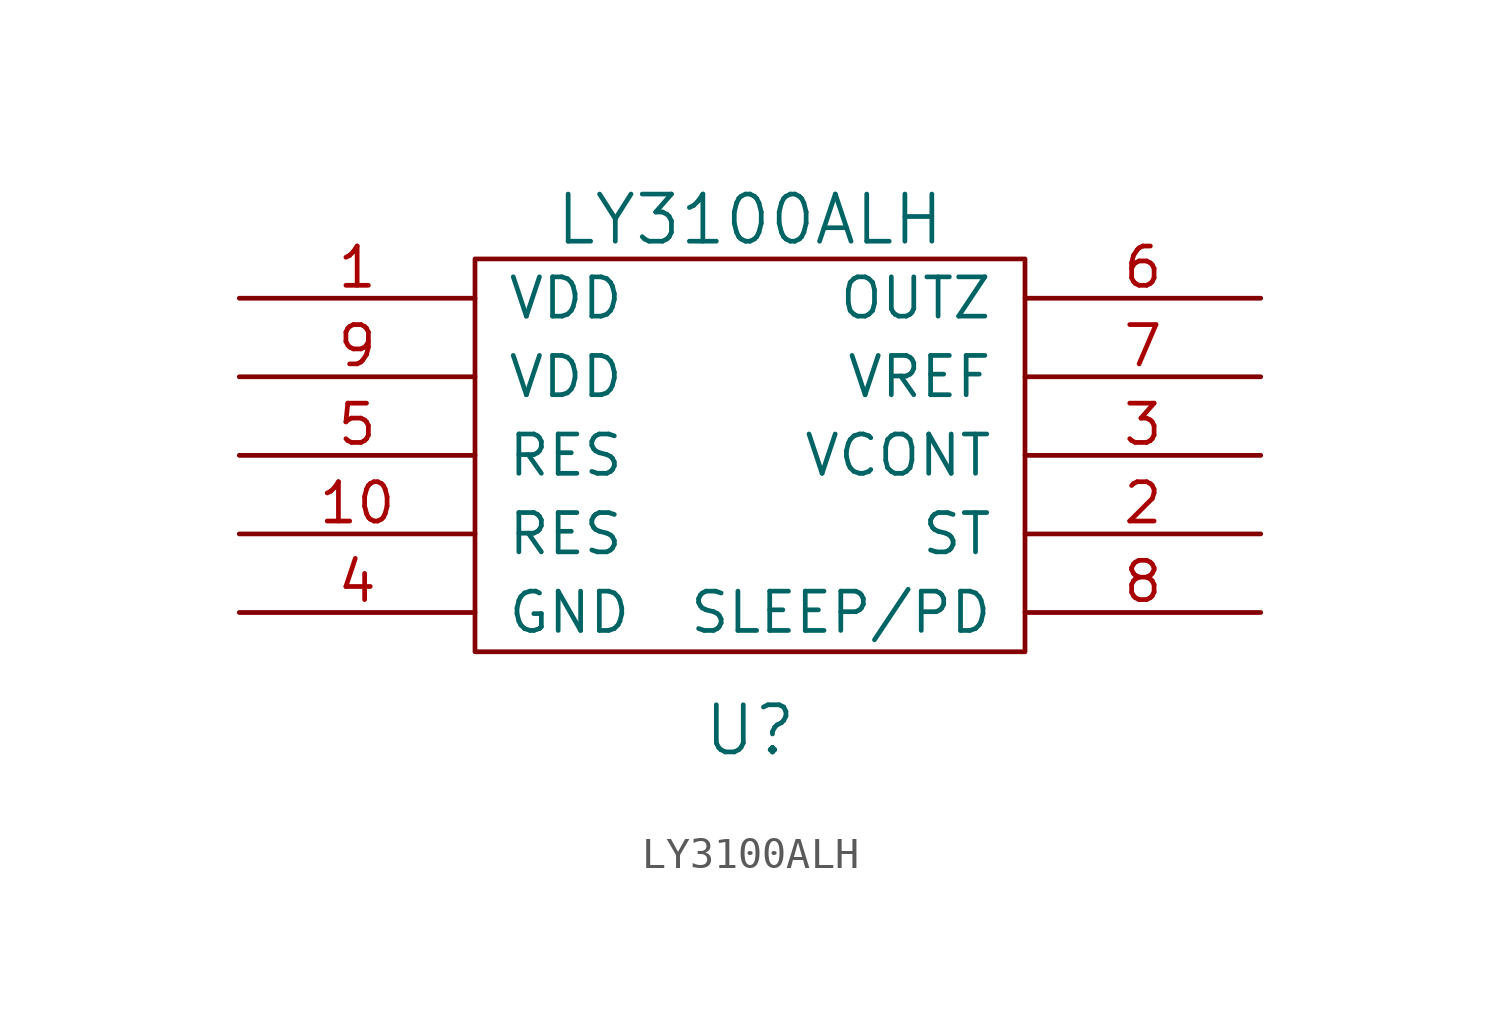
<source format=kicad_sym>
(kicad_symbol_lib
  (version 20220914)
  (generator kicad_symbol_editor)
  (symbol "LY3100ALH"
    (pin_names
      (offset 1.016))
    (property "Reference" "U"
      (at 0 -8.89 0)
      (effects (font (size 1.524 1.524))))
    (property "Value" "LY3100ALH"
      (at 0 7.62 0)
      (effects (font (size 1.524 1.524))))
    (property "Footprint" ""
      (at 0 0 0)
      (effects (font (size 1.524 1.524))))
    (property "Datasheet" ""
      (at 0 0 0)
      (effects (font (size 1.524 1.524))))
    (symbol "LY3100ALH_0_1"
      (rectangle (start -8.89 6.35) (end 8.89 -6.35) (stroke (width 0) (type solid)) (fill (type none))))
    (symbol "LY3100ALH_1_1"
      (pin power_in line (at -16.51 5.08 0) (length 7.62) (name "VDD" (effects (font (size 1.27 1.27)))) (number "1" (effects (font (size 1.27 1.27)))))
      (pin input line (at -16.51 -2.54 0) (length 7.62) (name "RES" (effects (font (size 1.27 1.27)))) (number "10" (effects (font (size 1.27 1.27)))))
      (pin input line (at 16.51 -2.54 180) (length 7.62) (name "ST" (effects (font (size 1.27 1.27)))) (number "2" (effects (font (size 1.27 1.27)))))
      (pin input line (at 16.51 0 180) (length 7.62) (name "VCONT" (effects (font (size 1.27 1.27)))) (number "3" (effects (font (size 1.27 1.27)))))
      (pin power_in line (at -16.51 -5.08 0) (length 7.62) (name "GND" (effects (font (size 1.27 1.27)))) (number "4" (effects (font (size 1.27 1.27)))))
      (pin input line (at -16.51 0 0) (length 7.62) (name "RES" (effects (font (size 1.27 1.27)))) (number "5" (effects (font (size 1.27 1.27)))))
      (pin output line (at 16.51 5.08 180) (length 7.62) (name "OUTZ" (effects (font (size 1.27 1.27)))) (number "6" (effects (font (size 1.27 1.27)))))
      (pin output line (at 16.51 2.54 180) (length 7.62) (name "VREF" (effects (font (size 1.27 1.27)))) (number "7" (effects (font (size 1.27 1.27)))))
      (pin input line (at 16.51 -5.08 180) (length 7.62) (name "SLEEP/PD" (effects (font (size 1.27 1.27)))) (number "8" (effects (font (size 1.27 1.27)))))
      (pin power_in line (at -16.51 2.54 0) (length 7.62) (name "VDD" (effects (font (size 1.27 1.27)))) (number "9" (effects (font (size 1.27 1.27))))))))
</source>
